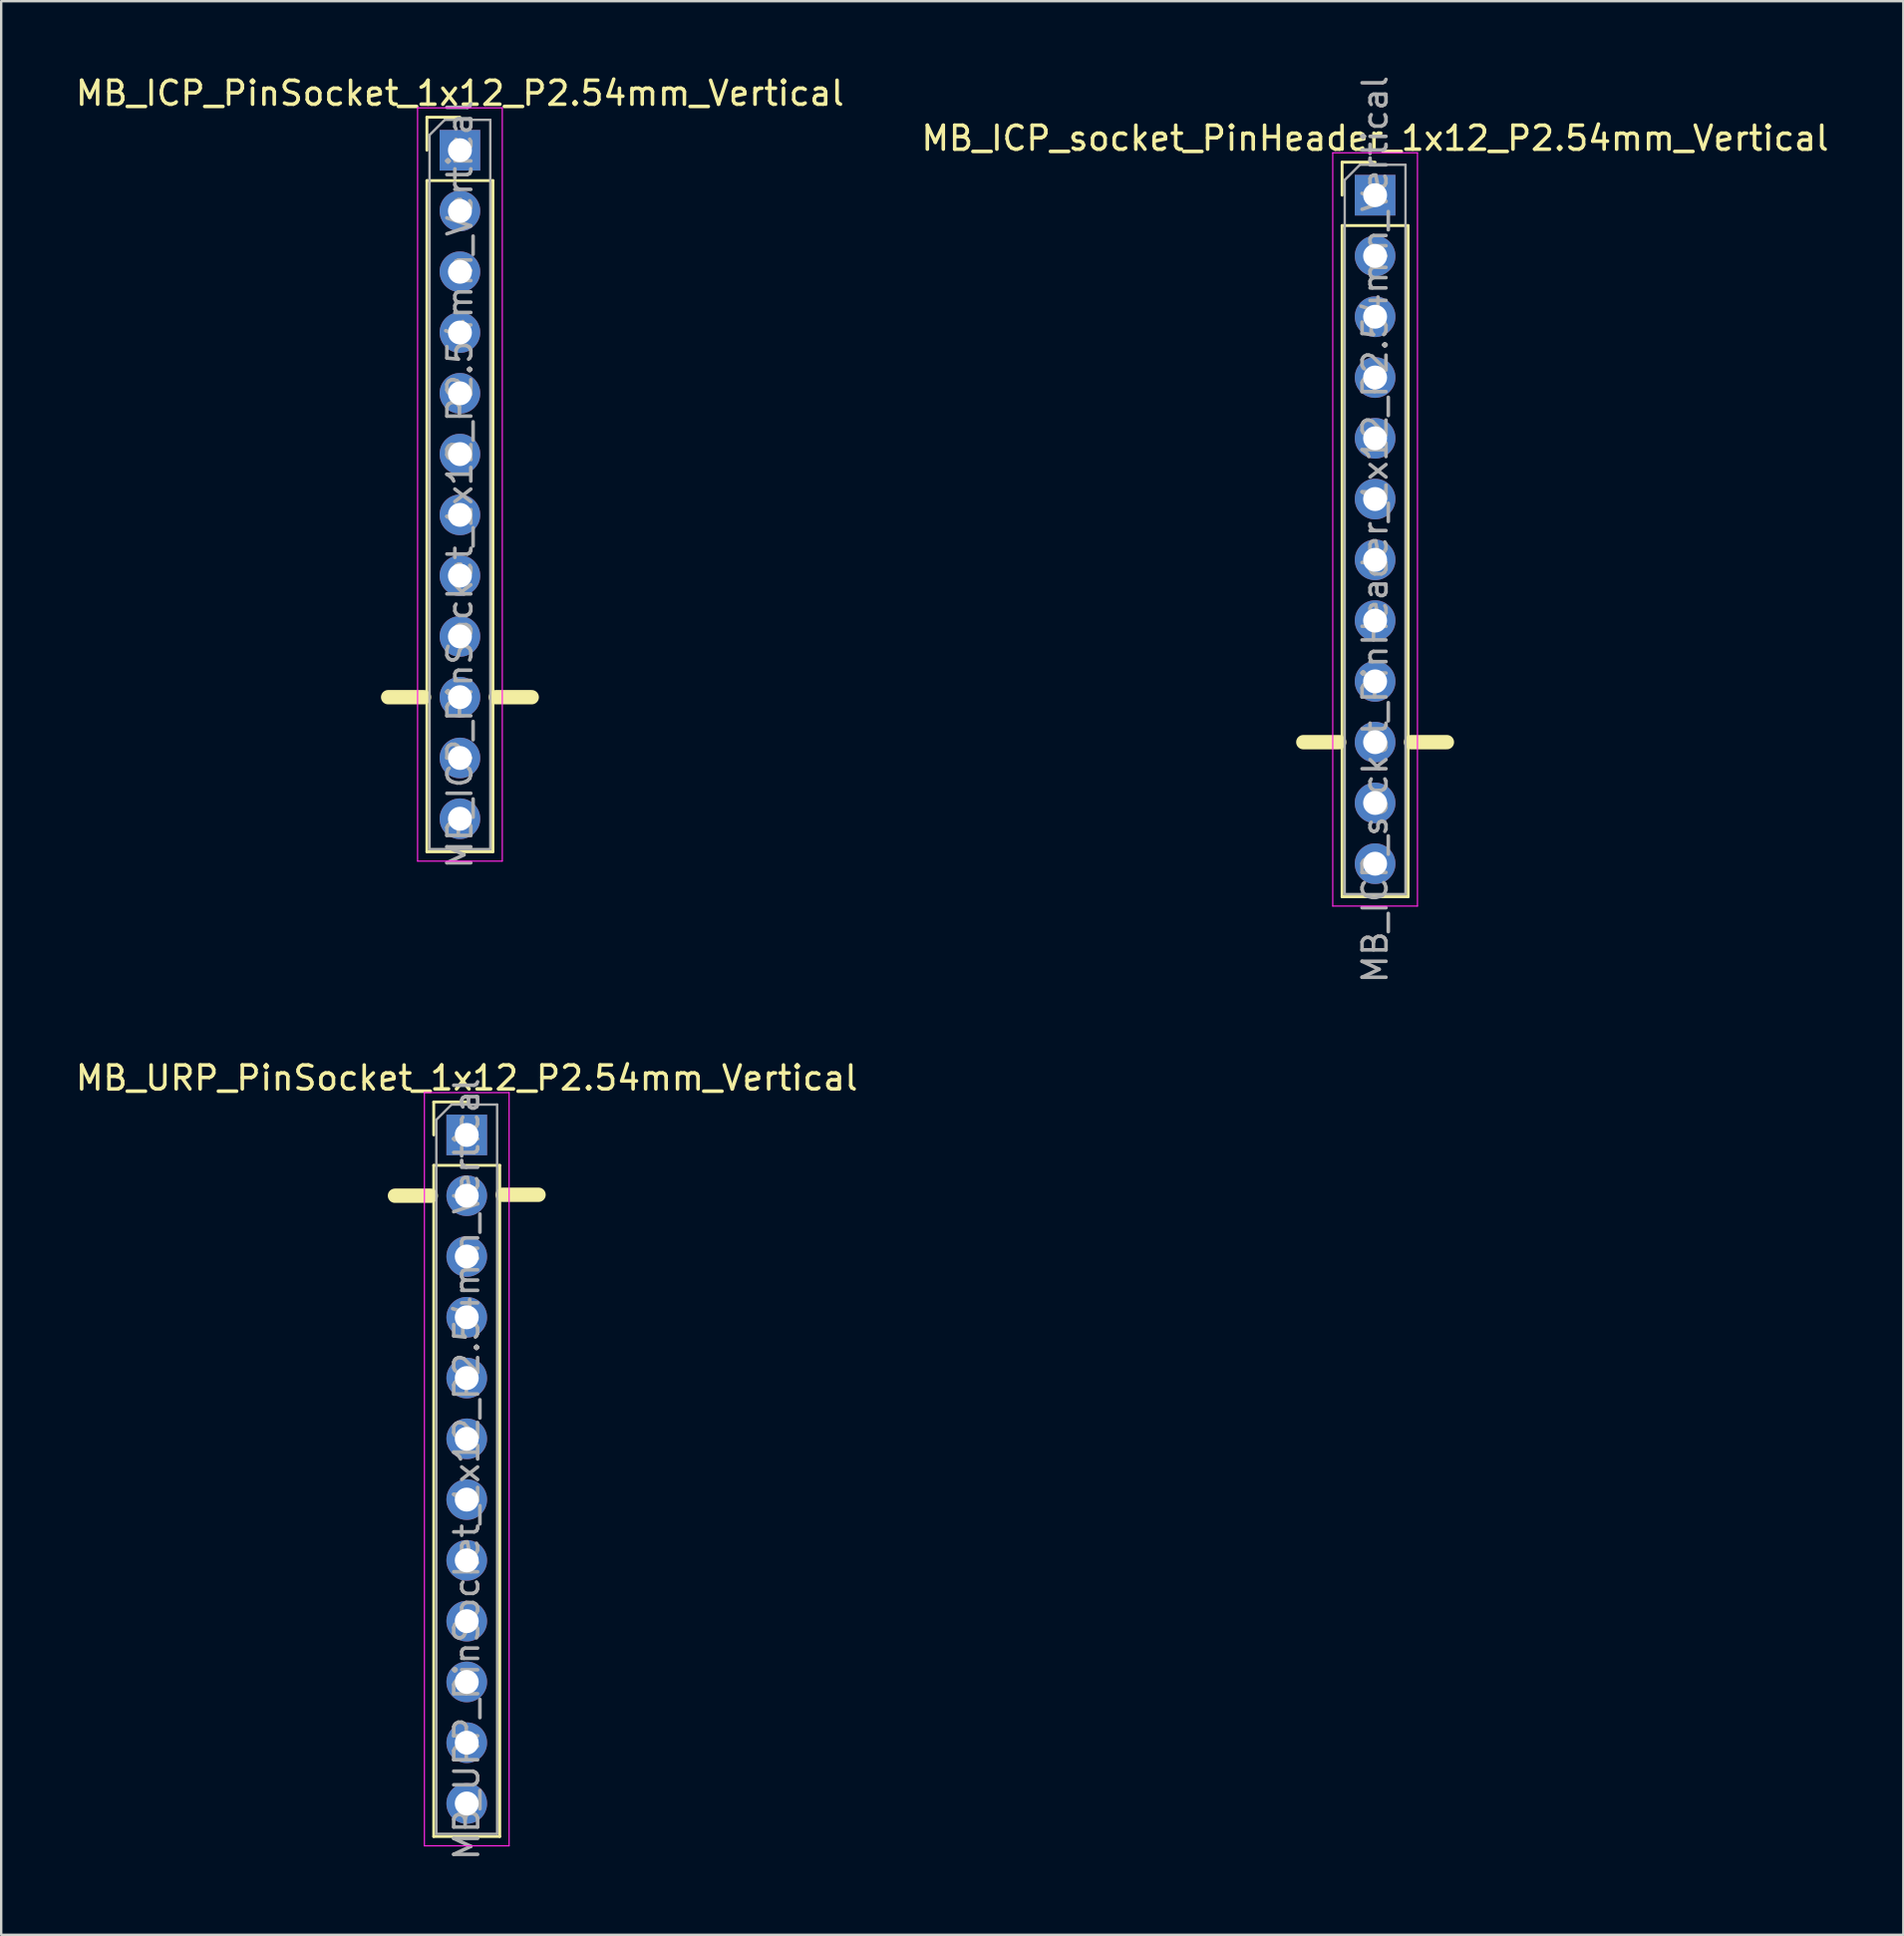
<source format=kicad_pcb>
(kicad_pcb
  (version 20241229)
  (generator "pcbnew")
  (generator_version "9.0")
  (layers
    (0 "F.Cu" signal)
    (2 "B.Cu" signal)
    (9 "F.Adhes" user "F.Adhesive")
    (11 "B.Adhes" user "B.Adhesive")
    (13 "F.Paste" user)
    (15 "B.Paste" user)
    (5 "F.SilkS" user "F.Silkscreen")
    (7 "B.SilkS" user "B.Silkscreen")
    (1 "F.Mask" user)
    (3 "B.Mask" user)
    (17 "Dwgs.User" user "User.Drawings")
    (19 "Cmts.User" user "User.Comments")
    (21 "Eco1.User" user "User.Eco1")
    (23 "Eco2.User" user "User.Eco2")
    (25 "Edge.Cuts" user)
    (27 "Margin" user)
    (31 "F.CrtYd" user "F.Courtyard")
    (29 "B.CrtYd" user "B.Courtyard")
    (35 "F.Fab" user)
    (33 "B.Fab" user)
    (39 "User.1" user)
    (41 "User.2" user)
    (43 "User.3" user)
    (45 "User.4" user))
  (footprint "MB_ICP_PinSocket_1x12_P2.54mm_Vertical"
    (layer "F.Cu")
    (at 16.173 3.228)
    (property "Reference" "MB_ICP_PinSocket_1x12_P2.54mm_Vertical" (at 0 -2.38 0) (layer "F.SilkS") (effects (font (size 1 1) (thickness 0.15))))
    (attr through_hole)
    (fp_line (start -1.5 22.86) (end -3 22.86) (stroke (width 0.6) (type solid)) (layer "F.SilkS"))
    (fp_line (start -1.38 -1.38) (end 0 -1.38) (stroke (width 0.12) (type solid)) (layer "F.SilkS"))
    (fp_line (start -1.38 0) (end -1.38 -1.38) (stroke (width 0.12) (type solid)) (layer "F.SilkS"))
    (fp_line (start -1.38 1.27) (end -1.38 29.32) (stroke (width 0.12) (type solid)) (layer "F.SilkS"))
    (fp_line (start -1.38 1.27) (end 1.38 1.27) (stroke (width 0.12) (type solid)) (layer "F.SilkS"))
    (fp_line (start -1.38 29.32) (end 1.38 29.32) (stroke (width 0.12) (type solid)) (layer "F.SilkS"))
    (fp_line (start 1.38 1.27) (end 1.38 29.32) (stroke (width 0.12) (type solid)) (layer "F.SilkS"))
    (fp_line (start 3 22.86) (end 1.5 22.86) (stroke (width 0.6) (type solid)) (layer "F.SilkS"))
    (fp_line (start -1.77 -1.77) (end -1.77 29.71) (stroke (width 0.05) (type solid)) (layer "F.CrtYd"))
    (fp_line (start -1.77 29.71) (end 1.77 29.71) (stroke (width 0.05) (type solid)) (layer "F.CrtYd"))
    (fp_line (start 1.77 -1.77) (end -1.77 -1.77) (stroke (width 0.05) (type solid)) (layer "F.CrtYd"))
    (fp_line (start 1.77 29.71) (end 1.77 -1.77) (stroke (width 0.05) (type solid)) (layer "F.CrtYd"))
    (fp_line (start -1.27 -0.635) (end -0.635 -1.27) (stroke (width 0.1) (type solid)) (layer "F.Fab"))
    (fp_line (start -1.27 29.21) (end -1.27 -0.635) (stroke (width 0.1) (type solid)) (layer "F.Fab"))
    (fp_line (start -0.635 -1.27) (end 1.27 -1.27) (stroke (width 0.1) (type solid)) (layer "F.Fab"))
    (fp_line (start 1.27 -1.27) (end 1.27 29.21) (stroke (width 0.1) (type solid)) (layer "F.Fab"))
    (fp_line (start 1.27 29.21) (end -1.27 29.21) (stroke (width 0.1) (type solid)) (layer "F.Fab"))
    (fp_text user "${REFERENCE}" (at 0 13.97 90) (layer "F.Fab") (effects (font (size 1 1) (thickness 0.15))))
    (pad "1" thru_hole rect (at 0 0) (size 1.7 1.7) (drill 1) (layers "*.Cu" "*.Mask"))
    (pad "2" thru_hole circle (at 0 2.54) (size 1.7 1.7) (drill 1) (layers "*.Cu" "*.Mask"))
    (pad "3" thru_hole circle (at 0 5.08) (size 1.7 1.7) (drill 1) (layers "*.Cu" "*.Mask"))
    (pad "4" thru_hole circle (at 0 7.62) (size 1.7 1.7) (drill 1) (layers "*.Cu" "*.Mask"))
    (pad "5" thru_hole circle (at 0 10.16) (size 1.7 1.7) (drill 1) (layers "*.Cu" "*.Mask"))
    (pad "6" thru_hole circle (at 0 12.7) (size 1.7 1.7) (drill 1) (layers "*.Cu" "*.Mask"))
    (pad "7" thru_hole circle (at 0 15.24) (size 1.7 1.7) (drill 1) (layers "*.Cu" "*.Mask"))
    (pad "8" thru_hole circle (at 0 17.78) (size 1.7 1.7) (drill 1) (layers "*.Cu" "*.Mask"))
    (pad "9" thru_hole circle (at 0 20.32) (size 1.7 1.7) (drill 1) (layers "*.Cu" "*.Mask"))
    (pad "10" thru_hole circle (at 0 22.86) (size 1.7 1.7) (drill 1) (layers "*.Cu" "*.Mask"))
    (pad "11" thru_hole circle (at 0 25.4) (size 1.7 1.7) (drill 1) (layers "*.Cu" "*.Mask"))
    (pad "12" thru_hole circle (at 0 27.94) (size 1.7 1.7) (drill 1) (layers "*.Cu" "*.Mask")))
  (footprint "MB_URP_PinSocket_1x12_P2.54mm_Vertical"
    (layer "F.Cu")
    (at 16.458 44.383)
    (property "Reference" "MB_URP_PinSocket_1x12_P2.54mm_Vertical" (at 0 -2.38 0) (layer "F.SilkS") (effects (font (size 1 1) (thickness 0.15))))
    (attr through_hole)
    (fp_line (start -1.5 2.54) (end -3 2.54) (stroke (width 0.6) (type solid)) (layer "F.SilkS"))
    (fp_line (start -1.38 -1.38) (end 0 -1.38) (stroke (width 0.12) (type solid)) (layer "F.SilkS"))
    (fp_line (start -1.38 0) (end -1.38 -1.38) (stroke (width 0.12) (type solid)) (layer "F.SilkS"))
    (fp_line (start -1.38 1.27) (end -1.38 29.32) (stroke (width 0.12) (type solid)) (layer "F.SilkS"))
    (fp_line (start -1.38 1.27) (end 1.38 1.27) (stroke (width 0.12) (type solid)) (layer "F.SilkS"))
    (fp_line (start -1.38 29.32) (end 1.38 29.32) (stroke (width 0.12) (type solid)) (layer "F.SilkS"))
    (fp_line (start 1.38 1.27) (end 1.38 29.32) (stroke (width 0.12) (type solid)) (layer "F.SilkS"))
    (fp_line (start 3 2.5) (end 1.5 2.5) (stroke (width 0.6) (type solid)) (layer "F.SilkS"))
    (fp_line (start -1.77 -1.77) (end -1.77 29.71) (stroke (width 0.05) (type solid)) (layer "F.CrtYd"))
    (fp_line (start -1.77 29.71) (end 1.77 29.71) (stroke (width 0.05) (type solid)) (layer "F.CrtYd"))
    (fp_line (start 1.77 -1.77) (end -1.77 -1.77) (stroke (width 0.05) (type solid)) (layer "F.CrtYd"))
    (fp_line (start 1.77 29.71) (end 1.77 -1.77) (stroke (width 0.05) (type solid)) (layer "F.CrtYd"))
    (fp_line (start -1.27 -0.635) (end -0.635 -1.27) (stroke (width 0.1) (type solid)) (layer "F.Fab"))
    (fp_line (start -1.27 29.21) (end -1.27 -0.635) (stroke (width 0.1) (type solid)) (layer "F.Fab"))
    (fp_line (start -0.635 -1.27) (end 1.27 -1.27) (stroke (width 0.1) (type solid)) (layer "F.Fab"))
    (fp_line (start 1.27 -1.27) (end 1.27 29.21) (stroke (width 0.1) (type solid)) (layer "F.Fab"))
    (fp_line (start 1.27 29.21) (end -1.27 29.21) (stroke (width 0.1) (type solid)) (layer "F.Fab"))
    (fp_text user "${REFERENCE}" (at 0 13.97 90) (layer "F.Fab") (effects (font (size 1 1) (thickness 0.15))))
    (pad "1" thru_hole rect (at 0 0) (size 1.7 1.7) (drill 1) (layers "*.Cu" "*.Mask"))
    (pad "2" thru_hole circle (at 0 2.54) (size 1.7 1.7) (drill 1) (layers "*.Cu" "*.Mask"))
    (pad "3" thru_hole circle (at 0 5.08) (size 1.7 1.7) (drill 1) (layers "*.Cu" "*.Mask"))
    (pad "4" thru_hole circle (at 0 7.62) (size 1.7 1.7) (drill 1) (layers "*.Cu" "*.Mask"))
    (pad "5" thru_hole circle (at 0 10.16) (size 1.7 1.7) (drill 1) (layers "*.Cu" "*.Mask"))
    (pad "6" thru_hole circle (at 0 12.7) (size 1.7 1.7) (drill 1) (layers "*.Cu" "*.Mask"))
    (pad "7" thru_hole circle (at 0 15.24) (size 1.7 1.7) (drill 1) (layers "*.Cu" "*.Mask"))
    (pad "8" thru_hole circle (at 0 17.78) (size 1.7 1.7) (drill 1) (layers "*.Cu" "*.Mask"))
    (pad "9" thru_hole circle (at 0 20.32) (size 1.7 1.7) (drill 1) (layers "*.Cu" "*.Mask"))
    (pad "10" thru_hole circle (at 0 22.86) (size 1.7 1.7) (drill 1) (layers "*.Cu" "*.Mask"))
    (pad "11" thru_hole circle (at 0 25.4) (size 1.7 1.7) (drill 1) (layers "*.Cu" "*.Mask"))
    (pad "12" thru_hole circle (at 0 27.94) (size 1.7 1.7) (drill 1) (layers "*.Cu" "*.Mask")))
  (footprint "MB_ICP_socket_PinHeader_1x12_P2.54mm_Vertical"
    (layer "F.Cu")
    (at 54.423 5.107)
    (property "Reference" "MB_ICP_socket_PinHeader_1x12_P2.54mm_Vertical" (at 0 -2.38 0) (layer "F.SilkS") (effects (font (size 1 1) (thickness 0.15))))
    (attr through_hole)
    (fp_line (start -1.5 22.86) (end -3 22.86) (stroke (width 0.6) (type solid)) (layer "F.SilkS"))
    (fp_line (start -1.38 -1.38) (end 0 -1.38) (stroke (width 0.12) (type solid)) (layer "F.SilkS"))
    (fp_line (start -1.38 0) (end -1.38 -1.38) (stroke (width 0.12) (type solid)) (layer "F.SilkS"))
    (fp_line (start -1.38 1.27) (end -1.38 29.32) (stroke (width 0.12) (type solid)) (layer "F.SilkS"))
    (fp_line (start -1.38 1.27) (end 1.38 1.27) (stroke (width 0.12) (type solid)) (layer "F.SilkS"))
    (fp_line (start -1.38 29.32) (end 1.38 29.32) (stroke (width 0.12) (type solid)) (layer "F.SilkS"))
    (fp_line (start 1.38 1.27) (end 1.38 29.32) (stroke (width 0.12) (type solid)) (layer "F.SilkS"))
    (fp_line (start 3 22.86) (end 1.5 22.86) (stroke (width 0.6) (type solid)) (layer "F.SilkS"))
    (fp_line (start -1.77 -1.77) (end -1.77 29.71) (stroke (width 0.05) (type solid)) (layer "F.CrtYd"))
    (fp_line (start -1.77 29.71) (end 1.77 29.71) (stroke (width 0.05) (type solid)) (layer "F.CrtYd"))
    (fp_line (start 1.77 -1.77) (end -1.77 -1.77) (stroke (width 0.05) (type solid)) (layer "F.CrtYd"))
    (fp_line (start 1.77 29.71) (end 1.77 -1.77) (stroke (width 0.05) (type solid)) (layer "F.CrtYd"))
    (fp_line (start -1.27 -0.635) (end -0.635 -1.27) (stroke (width 0.1) (type solid)) (layer "F.Fab"))
    (fp_line (start -1.27 29.21) (end -1.27 -0.635) (stroke (width 0.1) (type solid)) (layer "F.Fab"))
    (fp_line (start -0.635 -1.27) (end 1.27 -1.27) (stroke (width 0.1) (type solid)) (layer "F.Fab"))
    (fp_line (start 1.27 -1.27) (end 1.27 29.21) (stroke (width 0.1) (type solid)) (layer "F.Fab"))
    (fp_line (start 1.27 29.21) (end -1.27 29.21) (stroke (width 0.1) (type solid)) (layer "F.Fab"))
    (fp_text user "${REFERENCE}" (at 0 13.97 90) (layer "F.Fab") (effects (font (size 1 1) (thickness 0.15))))
    (pad "1" thru_hole rect (at 0 0) (size 1.7 1.7) (drill 1) (layers "*.Cu" "*.Mask"))
    (pad "2" thru_hole circle (at 0 2.54) (size 1.7 1.7) (drill 1) (layers "*.Cu" "*.Mask"))
    (pad "3" thru_hole circle (at 0 5.08) (size 1.7 1.7) (drill 1) (layers "*.Cu" "*.Mask"))
    (pad "4" thru_hole circle (at 0 7.62) (size 1.7 1.7) (drill 1) (layers "*.Cu" "*.Mask"))
    (pad "5" thru_hole circle (at 0 10.16) (size 1.7 1.7) (drill 1) (layers "*.Cu" "*.Mask"))
    (pad "6" thru_hole circle (at 0 12.7) (size 1.7 1.7) (drill 1) (layers "*.Cu" "*.Mask"))
    (pad "7" thru_hole circle (at 0 15.24) (size 1.7 1.7) (drill 1) (layers "*.Cu" "*.Mask"))
    (pad "8" thru_hole circle (at 0 17.78) (size 1.7 1.7) (drill 1) (layers "*.Cu" "*.Mask"))
    (pad "9" thru_hole circle (at 0 20.32) (size 1.7 1.7) (drill 1) (layers "*.Cu" "*.Mask"))
    (pad "10" thru_hole circle (at 0 22.86) (size 1.7 1.7) (drill 1) (layers "*.Cu" "*.Mask"))
    (pad "11" thru_hole circle (at 0 25.4) (size 1.7 1.7) (drill 1) (layers "*.Cu" "*.Mask"))
    (pad "12" thru_hole circle (at 0 27.94) (size 1.7 1.7) (drill 1) (layers "*.Cu" "*.Mask")))
  (gr_rect
    (start -3 -3)
    (end 76.5 77.811)
    (stroke (width 0.1) (type default))
    (fill no)
    (layer "Edge.Cuts")))
</source>
